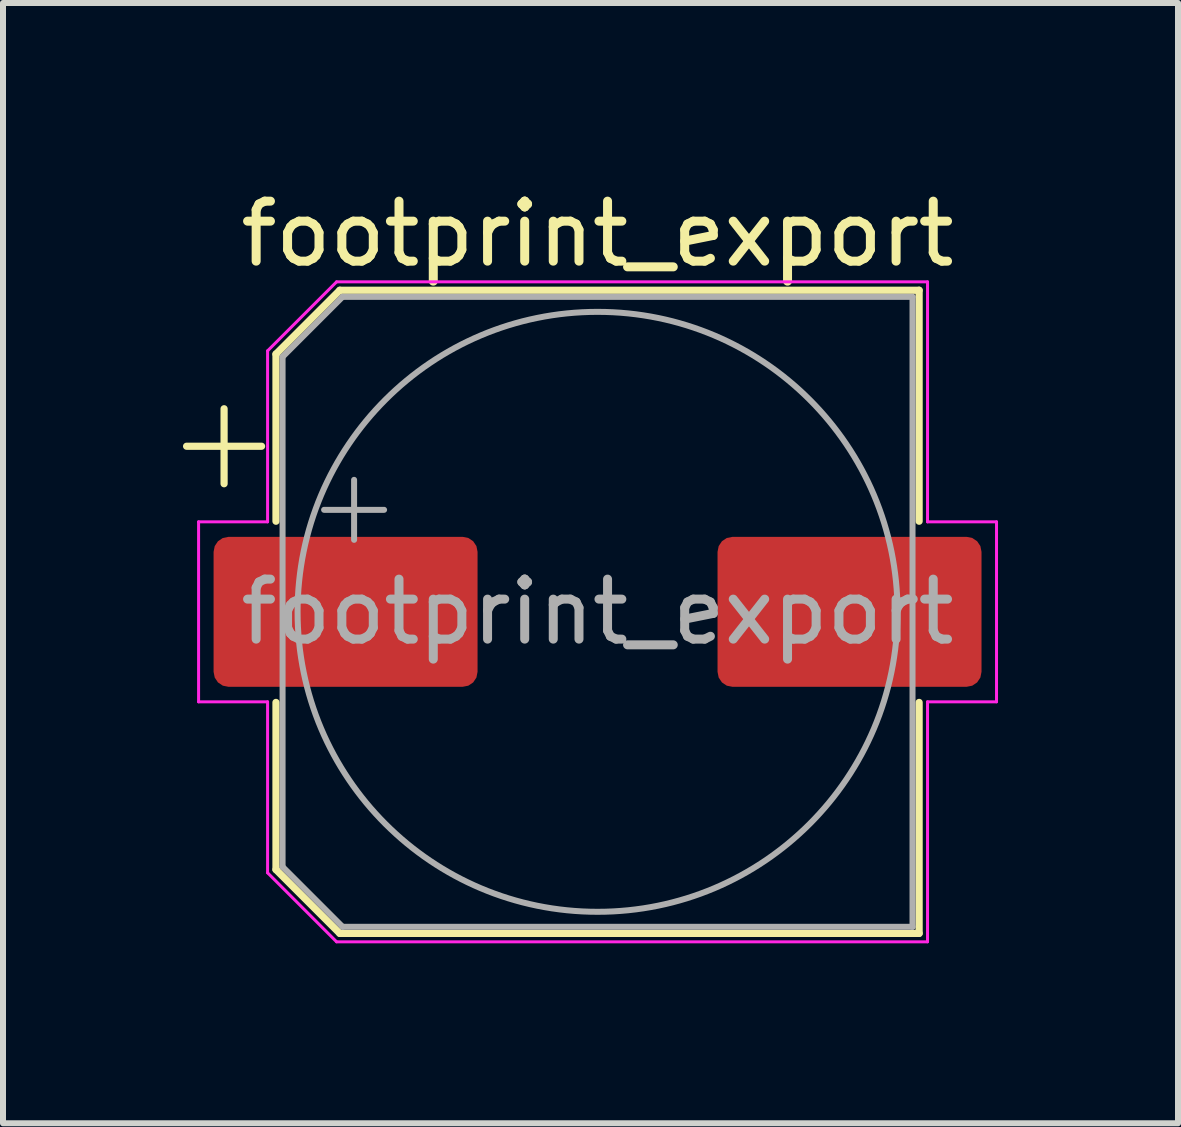
<source format=kicad_pcb>
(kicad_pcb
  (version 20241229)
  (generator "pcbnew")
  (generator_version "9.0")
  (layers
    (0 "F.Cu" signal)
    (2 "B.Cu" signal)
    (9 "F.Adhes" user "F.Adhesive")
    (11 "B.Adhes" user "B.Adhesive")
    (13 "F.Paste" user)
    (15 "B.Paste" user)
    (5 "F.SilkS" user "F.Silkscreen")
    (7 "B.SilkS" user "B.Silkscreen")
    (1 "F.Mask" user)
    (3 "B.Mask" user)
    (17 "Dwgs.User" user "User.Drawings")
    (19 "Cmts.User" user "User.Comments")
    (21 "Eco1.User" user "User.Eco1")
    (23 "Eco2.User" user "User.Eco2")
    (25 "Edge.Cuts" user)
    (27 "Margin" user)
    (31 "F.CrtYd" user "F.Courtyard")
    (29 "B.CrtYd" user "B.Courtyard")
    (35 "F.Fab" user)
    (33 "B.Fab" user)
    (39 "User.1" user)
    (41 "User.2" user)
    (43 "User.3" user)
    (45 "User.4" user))
  (footprint "footprint_export"
    (layer "F.Cu")
    (at 6.91 7.148)
    (property "Reference" "footprint_export" (at 0 -6.3 0) (layer "F.SilkS") (effects (font (size 1 1) (thickness 0.15))))
    (attr smd)
    (fp_line (start -6.85 -2.76) (end -5.6 -2.76) (stroke (width 0.12) (type solid)) (layer "F.SilkS"))
    (fp_line (start -6.225 -3.385) (end -6.225 -2.135) (stroke (width 0.12) (type solid)) (layer "F.SilkS"))
    (fp_line (start -5.36 -4.296) (end -5.36 -1.51) (stroke (width 0.12) (type solid)) (layer "F.SilkS"))
    (fp_line (start -5.36 -4.296) (end -4.296 -5.36) (stroke (width 0.12) (type solid)) (layer "F.SilkS"))
    (fp_line (start -5.36 4.296) (end -5.36 1.51) (stroke (width 0.12) (type solid)) (layer "F.SilkS"))
    (fp_line (start -5.36 4.296) (end -4.296 5.36) (stroke (width 0.12) (type solid)) (layer "F.SilkS"))
    (fp_line (start -4.296 -5.36) (end 5.36 -5.36) (stroke (width 0.12) (type solid)) (layer "F.SilkS"))
    (fp_line (start -4.296 5.36) (end 5.36 5.36) (stroke (width 0.12) (type solid)) (layer "F.SilkS"))
    (fp_line (start 5.36 -5.36) (end 5.36 -1.51) (stroke (width 0.12) (type solid)) (layer "F.SilkS"))
    (fp_line (start 5.36 5.36) (end 5.36 1.51) (stroke (width 0.12) (type solid)) (layer "F.SilkS"))
    (fp_line (start -6.65 -1.5) (end -6.65 1.5) (stroke (width 0.05) (type solid)) (layer "F.CrtYd"))
    (fp_line (start -6.65 1.5) (end -5.5 1.5) (stroke (width 0.05) (type solid)) (layer "F.CrtYd"))
    (fp_line (start -5.5 -4.35) (end -5.5 -1.5) (stroke (width 0.05) (type solid)) (layer "F.CrtYd"))
    (fp_line (start -5.5 -4.35) (end -4.35 -5.5) (stroke (width 0.05) (type solid)) (layer "F.CrtYd"))
    (fp_line (start -5.5 -1.5) (end -6.65 -1.5) (stroke (width 0.05) (type solid)) (layer "F.CrtYd"))
    (fp_line (start -5.5 1.5) (end -5.5 4.35) (stroke (width 0.05) (type solid)) (layer "F.CrtYd"))
    (fp_line (start -5.5 4.35) (end -4.35 5.5) (stroke (width 0.05) (type solid)) (layer "F.CrtYd"))
    (fp_line (start -4.35 -5.5) (end 5.5 -5.5) (stroke (width 0.05) (type solid)) (layer "F.CrtYd"))
    (fp_line (start -4.35 5.5) (end 5.5 5.5) (stroke (width 0.05) (type solid)) (layer "F.CrtYd"))
    (fp_line (start 5.5 -5.5) (end 5.5 -1.5) (stroke (width 0.05) (type solid)) (layer "F.CrtYd"))
    (fp_line (start 5.5 -1.5) (end 6.65 -1.5) (stroke (width 0.05) (type solid)) (layer "F.CrtYd"))
    (fp_line (start 5.5 1.5) (end 5.5 5.5) (stroke (width 0.05) (type solid)) (layer "F.CrtYd"))
    (fp_line (start 6.65 -1.5) (end 6.65 1.5) (stroke (width 0.05) (type solid)) (layer "F.CrtYd"))
    (fp_line (start 6.65 1.5) (end 5.5 1.5) (stroke (width 0.05) (type solid)) (layer "F.CrtYd"))
    (fp_line (start -5.25 -4.25) (end -5.25 4.25) (stroke (width 0.1) (type solid)) (layer "F.Fab"))
    (fp_line (start -5.25 -4.25) (end -4.25 -5.25) (stroke (width 0.1) (type solid)) (layer "F.Fab"))
    (fp_line (start -5.25 4.25) (end -4.25 5.25) (stroke (width 0.1) (type solid)) (layer "F.Fab"))
    (fp_line (start -4.558 -1.7) (end -3.558 -1.7) (stroke (width 0.1) (type solid)) (layer "F.Fab"))
    (fp_line (start -4.25 -5.25) (end 5.25 -5.25) (stroke (width 0.1) (type solid)) (layer "F.Fab"))
    (fp_line (start -4.25 5.25) (end 5.25 5.25) (stroke (width 0.1) (type solid)) (layer "F.Fab"))
    (fp_line (start -4.058 -2.2) (end -4.058 -1.2) (stroke (width 0.1) (type solid)) (layer "F.Fab"))
    (fp_line (start 5.25 -5.25) (end 5.25 5.25) (stroke (width 0.1) (type solid)) (layer "F.Fab"))
    (fp_circle (center 0 0) (end 5 0) (stroke (width 0.1) (type solid)) (fill no) (layer "F.Fab"))
    (fp_text user "${REFERENCE}" (at 0 0 0) (layer "F.Fab") (effects (font (size 1 1) (thickness 0.15))))
    (pad "1" smd roundrect (at -4.2 0) (size 4.4 2.5) (layers "F.Cu" "F.Mask" "F.Paste") (roundrect_rratio 0.1))
    (pad "2" smd roundrect (at 4.2 0) (size 4.4 2.5) (layers "F.Cu" "F.Mask" "F.Paste") (roundrect_rratio 0.1)))
  (gr_rect
    (start -3 -3)
    (end 16.585 15.673)
    (stroke (width 0.1) (type default))
    (fill no)
    (layer "Edge.Cuts")))
</source>
